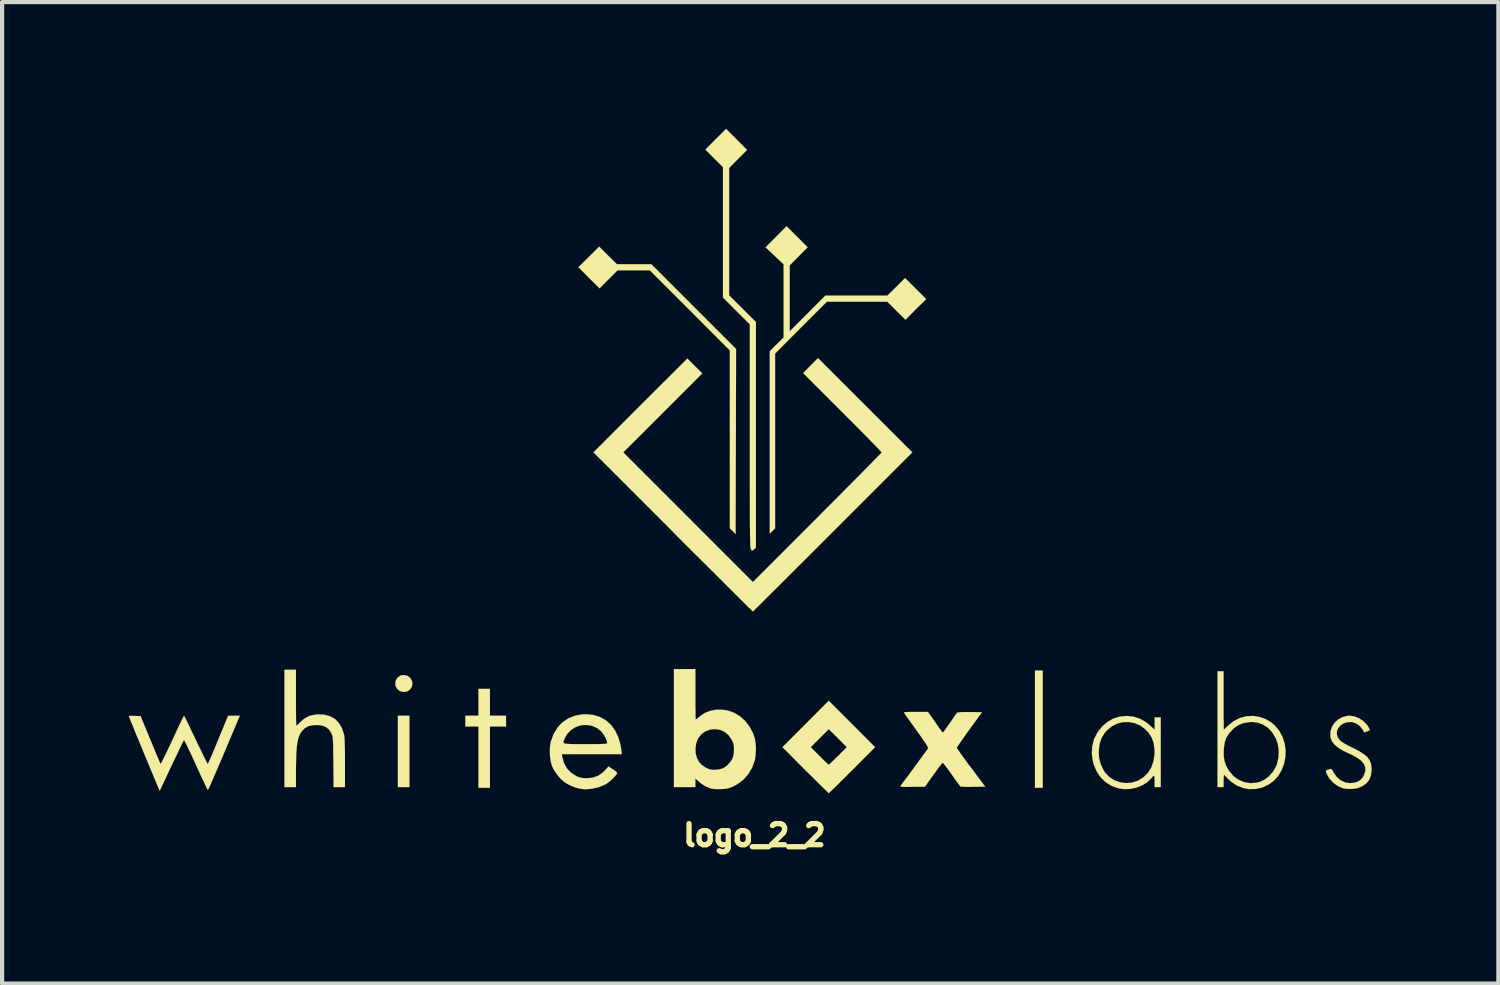
<source format=kicad_pcb>
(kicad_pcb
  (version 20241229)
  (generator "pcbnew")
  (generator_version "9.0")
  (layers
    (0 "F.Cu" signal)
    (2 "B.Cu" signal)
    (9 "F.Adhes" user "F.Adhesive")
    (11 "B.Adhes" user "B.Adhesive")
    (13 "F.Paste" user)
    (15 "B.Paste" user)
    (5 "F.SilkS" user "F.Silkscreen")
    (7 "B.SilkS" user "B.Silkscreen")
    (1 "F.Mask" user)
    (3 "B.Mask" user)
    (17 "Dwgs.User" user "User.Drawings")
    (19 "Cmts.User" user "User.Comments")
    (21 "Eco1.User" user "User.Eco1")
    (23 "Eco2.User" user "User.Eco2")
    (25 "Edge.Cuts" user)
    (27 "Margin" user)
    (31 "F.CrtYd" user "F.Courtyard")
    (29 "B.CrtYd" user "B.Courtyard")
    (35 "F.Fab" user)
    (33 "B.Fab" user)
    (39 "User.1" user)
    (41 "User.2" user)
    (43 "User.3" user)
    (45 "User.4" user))
  (footprint "logo_2_2"
    (layer "F.Cu")
    (at 14.809 7.832)
    (property "Reference" "logo_2_2" (at 0 8.89 0) (layer "F.SilkS") (effects (font (size 0.5 0.5) (thickness 0.125))))
    (attr through_hole)
    (fp_poly (pts (xy -8.166 7.75) (xy -8.303 7.75) (xy -8.44 7.75) (xy -8.44 6.906) (xy -8.44 6.06) (xy -8.303 6.06) (xy -8.166 6.06) (xy -8.166 6.906) (xy -8.166 7.75)) (stroke (width 0.003) (type solid)) (fill yes) (layer "F.SilkS"))
    (fp_poly (pts (xy 6.825 7.767) (xy 6.734 7.767) (xy 6.642 7.767) (xy 6.642 6.38) (xy 6.642 4.991) (xy 6.734 4.991) (xy 6.825 4.991) (xy 6.825 6.38) (xy 6.825 7.767)) (stroke (width 0.003) (type solid)) (fill yes) (layer "F.SilkS"))
    (fp_poly (pts (xy -8.095 5.301) (xy -8.11 5.377) (xy -8.153 5.441) (xy -8.217 5.484) (xy -8.288 5.499) (xy -8.346 5.491) (xy -8.395 5.476) (xy -8.397 5.476) (xy -8.458 5.423) (xy -8.494 5.357) (xy -8.501 5.283) (xy -8.484 5.212) (xy -8.44 5.151) (xy -8.374 5.11) (xy -8.367 5.105) (xy -8.285 5.098) (xy -8.212 5.118) (xy -8.148 5.164) (xy -8.108 5.23) (xy -8.095 5.301)) (stroke (width 0.003) (type solid)) (fill yes) (layer "F.SilkS"))
    (fp_poly (pts (xy -0.434 -2.621) (xy -0.439 -0.429) (xy -0.445 1.763) (xy -0.513 1.692) (xy -0.582 1.623) (xy -0.582 -0.483) (xy -0.582 -2.586) (xy -1.529 -3.536) (xy -2.477 -4.483) (xy -2.857 -4.483) (xy -3.239 -4.483) (xy -3.452 -4.27) (xy -3.665 -4.056) (xy -3.917 -4.305) (xy -4.166 -4.557) (xy -3.919 -4.801) (xy -3.675 -5.044) (xy -3.467 -4.836) (xy -3.256 -4.628) (xy -2.85 -4.628) (xy -2.441 -4.628) (xy -1.438 -3.625) (xy -0.434 -2.621)) (stroke (width 0.003) (type solid)) (fill yes) (layer "F.SilkS"))
    (fp_poly (pts (xy -5.88 6.317) (xy -6.071 6.317) (xy -6.261 6.317) (xy -6.261 7.041) (xy -6.261 7.767) (xy -6.398 7.767) (xy -6.533 7.767) (xy -6.533 7.041) (xy -6.533 6.317) (xy -6.688 6.317) (xy -6.843 6.317) (xy -6.843 6.19) (xy -6.843 6.06) (xy -6.688 6.06) (xy -6.533 6.06) (xy -6.533 5.743) (xy -6.533 5.425) (xy -6.398 5.425) (xy -6.261 5.425) (xy -6.261 5.743) (xy -6.261 6.06) (xy -6.071 6.06) (xy -5.88 6.06) (xy -5.88 6.19) (xy -5.88 6.317)) (stroke (width 0.003) (type solid)) (fill yes) (layer "F.SilkS"))
    (fp_poly (pts (xy 4.067 -3.802) (xy 3.82 -3.559) (xy 3.576 -3.312) (xy 3.36 -3.526) (xy 3.147 -3.739) (xy 2.431 -3.739) (xy 1.714 -3.739) (xy 1.102 -3.127) (xy 0.49 -2.512) (xy 0.49 -0.445) (xy 0.49 1.626) (xy 0.427 1.689) (xy 0.363 1.75) (xy 0.363 -0.409) (xy 0.363 -2.568) (xy 0.526 -2.731) (xy 0.691 -2.893) (xy 0.691 -3.759) (xy 0.691 -4.625) (xy 0.478 -4.826) (xy 0.264 -5.027) (xy 0.513 -5.276) (xy 0.762 -5.527) (xy 1.011 -5.278) (xy 1.26 -5.027) (xy 1.046 -4.813) (xy 0.836 -4.6) (xy 0.836 -3.82) (xy 0.836 -3.04) (xy 1.257 -3.462) (xy 1.679 -3.884) (xy 2.413 -3.884) (xy 3.147 -3.884) (xy 3.358 -4.092) (xy 3.566 -4.3) (xy 3.815 -4.051) (xy 4.067 -3.802)) (stroke (width 0.003) (type solid)) (fill yes) (layer "F.SilkS"))
    (fp_poly (pts (xy 2.857 6.805) (xy 2.314 7.351) (xy 2.197 7.465) (xy 2.187 7.478) (xy 2.187 6.805) (xy 1.974 6.591) (xy 1.76 6.38) (xy 1.547 6.591) (xy 1.333 6.805) (xy 1.542 7.015) (xy 1.613 7.084) (xy 1.674 7.145) (xy 1.722 7.191) (xy 1.753 7.219) (xy 1.76 7.224) (xy 1.775 7.211) (xy 1.811 7.178) (xy 1.864 7.127) (xy 1.93 7.061) (xy 1.979 7.015) (xy 2.187 6.805) (xy 2.187 7.478) (xy 2.09 7.572) (xy 1.994 7.668) (xy 1.91 7.752) (xy 1.841 7.818) (xy 1.793 7.864) (xy 1.765 7.892) (xy 1.76 7.894) (xy 1.745 7.882) (xy 1.709 7.846) (xy 1.651 7.79) (xy 1.577 7.717) (xy 1.486 7.628) (xy 1.384 7.526) (xy 1.273 7.417) (xy 1.206 7.351) (xy 0.663 6.805) (xy 1.212 6.256) (xy 1.76 5.707) (xy 2.309 6.256) (xy 2.857 6.805)) (stroke (width 0.003) (type solid)) (fill yes) (layer "F.SilkS"))
    (fp_poly (pts (xy 0.036 2.08) (xy -0.005 2.121) (xy -0.036 2.146) (xy -0.056 2.149) (xy -0.079 2.126) (xy -0.084 2.121) (xy -0.086 2.108) (xy -0.089 2.093) (xy -0.094 2.068) (xy -0.097 2.032) (xy -0.099 1.986) (xy -0.099 1.925) (xy -0.102 1.852) (xy -0.104 1.76) (xy -0.104 1.648) (xy -0.107 1.519) (xy -0.107 1.367) (xy -0.107 1.191) (xy -0.107 0.991) (xy -0.109 0.762) (xy -0.109 0.505) (xy -0.109 0.218) (xy -0.109 -0.102) (xy -0.109 -0.457) (xy -0.109 -0.556) (xy -0.109 -3.203) (xy -0.427 -3.52) (xy -0.744 -3.838) (xy -0.744 -5.38) (xy -0.744 -6.924) (xy -0.953 -7.132) (xy -1.161 -7.341) (xy -0.917 -7.587) (xy -0.671 -7.831) (xy -0.422 -7.582) (xy -0.173 -7.333) (xy -0.386 -7.12) (xy -0.599 -6.904) (xy -0.599 -5.4) (xy -0.599 -3.891) (xy -0.282 -3.576) (xy 0.036 -3.259) (xy 0.036 -0.589) (xy 0.036 2.08)) (stroke (width 0.003) (type solid)) (fill yes) (layer "F.SilkS"))
    (fp_poly (pts (xy -9.693 7.75) (xy -9.827 7.75) (xy -9.962 7.75) (xy -9.967 7.155) (xy -9.97 6.993) (xy -9.972 6.863) (xy -9.972 6.759) (xy -9.975 6.68) (xy -9.98 6.619) (xy -9.982 6.576) (xy -9.99 6.543) (xy -9.997 6.515) (xy -10.008 6.492) (xy -10.015 6.472) (xy -10.071 6.388) (xy -10.142 6.33) (xy -10.236 6.294) (xy -10.34 6.281) (xy -10.465 6.287) (xy -10.564 6.309) (xy -10.648 6.36) (xy -10.698 6.411) (xy -10.739 6.464) (xy -10.772 6.525) (xy -10.798 6.599) (xy -10.818 6.688) (xy -10.833 6.797) (xy -10.843 6.927) (xy -10.848 7.084) (xy -10.853 7.275) (xy -10.853 7.336) (xy -10.853 7.75) (xy -10.988 7.75) (xy -11.125 7.75) (xy -11.125 6.36) (xy -11.125 4.973) (xy -10.988 4.973) (xy -10.853 4.973) (xy -10.853 5.636) (xy -10.853 5.786) (xy -10.853 5.926) (xy -10.851 6.048) (xy -10.851 6.149) (xy -10.848 6.228) (xy -10.846 6.279) (xy -10.846 6.297) (xy -10.828 6.287) (xy -10.795 6.256) (xy -10.749 6.21) (xy -10.643 6.121) (xy -10.528 6.063) (xy -10.399 6.035) (xy -10.343 6.03) (xy -10.188 6.035) (xy -10.051 6.071) (xy -9.931 6.137) (xy -9.837 6.233) (xy -9.764 6.355) (xy -9.716 6.502) (xy -9.71 6.53) (xy -9.705 6.574) (xy -9.7 6.647) (xy -9.698 6.746) (xy -9.695 6.866) (xy -9.693 7) (xy -9.693 7.14) (xy -9.693 7.188) (xy -9.693 7.75)) (stroke (width 0.003) (type solid)) (fill yes) (layer "F.SilkS"))
    (fp_poly (pts (xy 3.739 -0.173) (xy 1.857 1.709) (xy 1.638 1.928) (xy 1.427 2.139) (xy 1.224 2.342) (xy 1.031 2.532) (xy 0.851 2.713) (xy 0.683 2.88) (xy 0.528 3.035) (xy 0.389 3.172) (xy 0.267 3.294) (xy 0.165 3.396) (xy 0.081 3.48) (xy 0.018 3.541) (xy -0.02 3.579) (xy -0.036 3.594) (xy -0.051 3.581) (xy -0.089 3.543) (xy -0.15 3.485) (xy -0.231 3.404) (xy -0.333 3.302) (xy -0.452 3.183) (xy -0.592 3.045) (xy -0.744 2.893) (xy -0.912 2.725) (xy -1.092 2.545) (xy -1.283 2.355) (xy -1.486 2.154) (xy -1.697 1.943) (xy -1.913 1.727) (xy -1.928 1.709) (xy -3.81 -0.173) (xy -2.7 -1.285) (xy -1.587 -2.395) (xy -1.412 -2.22) (xy -1.234 -2.042) (xy -2.169 -1.107) (xy -3.104 -0.173) (xy -1.57 1.361) (xy -0.036 2.896) (xy 1.488 1.372) (xy 1.684 1.173) (xy 1.872 0.986) (xy 2.052 0.805) (xy 2.22 0.635) (xy 2.377 0.478) (xy 2.52 0.333) (xy 2.649 0.203) (xy 2.761 0.089) (xy 2.852 -0.005) (xy 2.926 -0.081) (xy 2.979 -0.135) (xy 3.007 -0.165) (xy 3.012 -0.173) (xy 3 -0.188) (xy 2.964 -0.226) (xy 2.906 -0.287) (xy 2.83 -0.368) (xy 2.733 -0.465) (xy 2.624 -0.577) (xy 2.497 -0.704) (xy 2.362 -0.841) (xy 2.217 -0.986) (xy 2.083 -1.12) (xy 1.153 -2.05) (xy 1.328 -2.228) (xy 1.506 -2.405) (xy 2.624 -1.288) (xy 3.739 -0.173)) (stroke (width 0.003) (type solid)) (fill yes) (layer "F.SilkS"))
    (fp_poly (pts (xy 9.619 7.75) (xy 9.545 7.75) (xy 9.474 7.75) (xy 9.474 7.612) (xy 9.472 7.549) (xy 9.472 7.531) (xy 9.472 6.975) (xy 9.472 6.858) (xy 9.451 6.706) (xy 9.406 6.579) (xy 9.332 6.464) (xy 9.253 6.38) (xy 9.134 6.292) (xy 9.002 6.236) (xy 8.862 6.21) (xy 8.722 6.213) (xy 8.585 6.248) (xy 8.458 6.314) (xy 8.344 6.408) (xy 8.291 6.469) (xy 8.214 6.596) (xy 8.169 6.739) (xy 8.151 6.891) (xy 8.158 7.048) (xy 8.194 7.201) (xy 8.26 7.341) (xy 8.303 7.409) (xy 8.4 7.511) (xy 8.517 7.587) (xy 8.649 7.635) (xy 8.788 7.656) (xy 8.931 7.645) (xy 9.068 7.605) (xy 9.078 7.6) (xy 9.207 7.521) (xy 9.314 7.417) (xy 9.395 7.29) (xy 9.446 7.142) (xy 9.472 6.975) (xy 9.472 7.531) (xy 9.467 7.501) (xy 9.461 7.478) (xy 9.459 7.478) (xy 9.441 7.49) (xy 9.411 7.523) (xy 9.395 7.541) (xy 9.296 7.638) (xy 9.177 7.711) (xy 9.037 7.765) (xy 8.887 7.795) (xy 8.738 7.798) (xy 8.611 7.777) (xy 8.453 7.722) (xy 8.316 7.635) (xy 8.197 7.521) (xy 8.103 7.381) (xy 8.034 7.221) (xy 8.014 7.145) (xy 7.988 6.965) (xy 7.996 6.787) (xy 8.039 6.619) (xy 8.118 6.462) (xy 8.227 6.32) (xy 8.232 6.314) (xy 8.362 6.205) (xy 8.501 6.126) (xy 8.654 6.081) (xy 8.811 6.066) (xy 8.966 6.081) (xy 9.119 6.129) (xy 9.263 6.208) (xy 9.365 6.292) (xy 9.474 6.393) (xy 9.474 6.246) (xy 9.474 6.099) (xy 9.545 6.099) (xy 9.619 6.099) (xy 9.619 6.924) (xy 9.619 7.75)) (stroke (width 0.003) (type solid)) (fill yes) (layer "F.SilkS"))
    (fp_poly (pts (xy 14.61 7.336) (xy 14.597 7.465) (xy 14.557 7.574) (xy 14.488 7.661) (xy 14.387 7.732) (xy 14.341 7.752) (xy 14.254 7.78) (xy 14.148 7.795) (xy 14.041 7.795) (xy 13.947 7.783) (xy 13.937 7.78) (xy 13.815 7.729) (xy 13.703 7.648) (xy 13.612 7.549) (xy 13.548 7.435) (xy 13.531 7.394) (xy 13.531 7.361) (xy 13.556 7.346) (xy 13.564 7.343) (xy 13.609 7.33) (xy 13.637 7.32) (xy 13.66 7.325) (xy 13.686 7.358) (xy 13.708 7.402) (xy 13.782 7.508) (xy 13.873 7.587) (xy 13.978 7.638) (xy 14.094 7.658) (xy 14.214 7.645) (xy 14.252 7.633) (xy 14.336 7.592) (xy 14.394 7.531) (xy 14.43 7.468) (xy 14.463 7.371) (xy 14.46 7.282) (xy 14.427 7.201) (xy 14.364 7.125) (xy 14.262 7.051) (xy 14.127 6.977) (xy 14.084 6.96) (xy 13.934 6.888) (xy 13.818 6.817) (xy 13.734 6.746) (xy 13.675 6.67) (xy 13.642 6.589) (xy 13.635 6.543) (xy 13.637 6.429) (xy 13.675 6.32) (xy 13.736 6.226) (xy 13.823 6.149) (xy 13.924 6.093) (xy 14.041 6.063) (xy 14.092 6.06) (xy 14.206 6.078) (xy 14.321 6.124) (xy 14.422 6.195) (xy 14.506 6.281) (xy 14.539 6.335) (xy 14.572 6.403) (xy 14.506 6.431) (xy 14.437 6.457) (xy 14.402 6.393) (xy 14.333 6.304) (xy 14.247 6.243) (xy 14.148 6.213) (xy 14.138 6.21) (xy 14.034 6.215) (xy 13.945 6.243) (xy 13.871 6.292) (xy 13.82 6.353) (xy 13.79 6.426) (xy 13.787 6.502) (xy 13.813 6.581) (xy 13.871 6.655) (xy 13.879 6.66) (xy 13.919 6.69) (xy 13.985 6.731) (xy 14.067 6.774) (xy 14.155 6.82) (xy 14.166 6.822) (xy 14.308 6.896) (xy 14.417 6.965) (xy 14.501 7.031) (xy 14.557 7.104) (xy 14.592 7.183) (xy 14.608 7.275) (xy 14.61 7.336)) (stroke (width 0.003) (type solid)) (fill yes) (layer "F.SilkS"))
    (fp_poly (pts (xy 0.036 6.835) (xy 0.03 6.965) (xy 0.015 7.084) (xy 0.008 7.12) (xy -0.053 7.29) (xy -0.145 7.442) (xy -0.259 7.574) (xy -0.399 7.678) (xy -0.48 7.724) (xy -0.483 7.727) (xy -0.483 6.868) (xy -0.485 6.789) (xy -0.495 6.728) (xy -0.518 6.668) (xy -0.536 6.632) (xy -0.61 6.523) (xy -0.704 6.444) (xy -0.815 6.393) (xy -0.94 6.378) (xy -1.044 6.388) (xy -1.161 6.429) (xy -1.257 6.5) (xy -1.331 6.594) (xy -1.377 6.711) (xy -1.394 6.825) (xy -1.392 6.949) (xy -1.364 7.054) (xy -1.313 7.155) (xy -1.311 7.155) (xy -1.252 7.221) (xy -1.171 7.28) (xy -1.079 7.323) (xy -1.046 7.333) (xy -0.965 7.343) (xy -0.871 7.336) (xy -0.78 7.318) (xy -0.726 7.297) (xy -0.65 7.242) (xy -0.577 7.165) (xy -0.523 7.082) (xy -0.513 7.061) (xy -0.498 7.008) (xy -0.488 6.937) (xy -0.483 6.868) (xy -0.483 7.727) (xy -0.554 7.757) (xy -0.612 7.777) (xy -0.671 7.79) (xy -0.744 7.795) (xy -0.795 7.798) (xy -0.912 7.798) (xy -1.003 7.79) (xy -1.044 7.78) (xy -1.163 7.729) (xy -1.265 7.663) (xy -1.318 7.617) (xy -1.397 7.546) (xy -1.397 7.648) (xy -1.397 7.75) (xy -1.651 7.75) (xy -1.905 7.75) (xy -1.905 6.353) (xy -1.905 4.956) (xy -1.651 4.956) (xy -1.397 4.956) (xy -1.397 5.552) (xy -1.397 5.697) (xy -1.397 5.827) (xy -1.394 5.941) (xy -1.394 6.035) (xy -1.392 6.104) (xy -1.389 6.144) (xy -1.387 6.152) (xy -1.369 6.142) (xy -1.331 6.111) (xy -1.285 6.071) (xy -1.179 5.997) (xy -1.049 5.946) (xy -0.907 5.918) (xy -0.757 5.918) (xy -0.638 5.936) (xy -0.485 5.989) (xy -0.343 6.073) (xy -0.218 6.185) (xy -0.114 6.32) (xy -0.033 6.474) (xy 0.01 6.601) (xy 0.028 6.708) (xy 0.036 6.835)) (stroke (width 0.003) (type solid)) (fill yes) (layer "F.SilkS"))
    (fp_poly (pts (xy 12.576 6.883) (xy 12.568 7.046) (xy 12.537 7.203) (xy 12.479 7.353) (xy 12.413 7.463) (xy 12.413 6.881) (xy 12.39 6.731) (xy 12.344 6.599) (xy 12.263 6.462) (xy 12.162 6.35) (xy 12.042 6.271) (xy 11.91 6.223) (xy 11.765 6.208) (xy 11.61 6.228) (xy 11.562 6.241) (xy 11.483 6.271) (xy 11.417 6.307) (xy 11.351 6.358) (xy 11.328 6.378) (xy 11.237 6.477) (xy 11.173 6.579) (xy 11.133 6.695) (xy 11.113 6.833) (xy 11.11 6.881) (xy 11.11 7.018) (xy 11.128 7.135) (xy 11.163 7.239) (xy 11.222 7.346) (xy 11.239 7.371) (xy 11.339 7.488) (xy 11.455 7.574) (xy 11.59 7.633) (xy 11.732 7.658) (xy 11.88 7.648) (xy 11.956 7.63) (xy 12.075 7.577) (xy 12.184 7.493) (xy 12.278 7.384) (xy 12.352 7.257) (xy 12.377 7.183) (xy 12.408 7.038) (xy 12.413 6.881) (xy 12.413 7.463) (xy 12.398 7.488) (xy 12.291 7.605) (xy 12.174 7.689) (xy 12.024 7.76) (xy 11.867 7.795) (xy 11.704 7.798) (xy 11.58 7.775) (xy 11.425 7.717) (xy 11.29 7.625) (xy 11.214 7.556) (xy 11.168 7.508) (xy 11.135 7.475) (xy 11.115 7.46) (xy 11.113 7.475) (xy 11.11 7.521) (xy 11.107 7.584) (xy 11.107 7.605) (xy 11.107 7.75) (xy 11.034 7.75) (xy 10.963 7.75) (xy 10.963 6.38) (xy 10.963 5.009) (xy 11.034 5.009) (xy 11.107 5.009) (xy 11.107 5.7) (xy 11.107 5.852) (xy 11.107 5.994) (xy 11.107 6.121) (xy 11.11 6.228) (xy 11.11 6.309) (xy 11.11 6.365) (xy 11.113 6.388) (xy 11.128 6.378) (xy 11.161 6.345) (xy 11.206 6.302) (xy 11.217 6.292) (xy 11.349 6.187) (xy 11.493 6.114) (xy 11.646 6.073) (xy 11.803 6.066) (xy 11.956 6.088) (xy 12.106 6.142) (xy 12.243 6.226) (xy 12.324 6.297) (xy 12.428 6.424) (xy 12.504 6.568) (xy 12.553 6.723) (xy 12.576 6.883)) (stroke (width 0.003) (type solid)) (fill yes) (layer "F.SilkS"))
    (fp_poly (pts (xy -3.139 6.97) (xy -3.485 6.97) (xy -3.485 6.701) (xy -3.495 6.652) (xy -3.523 6.589) (xy -3.561 6.518) (xy -3.604 6.457) (xy -3.632 6.426) (xy -3.736 6.347) (xy -3.856 6.297) (xy -3.983 6.279) (xy -4.117 6.289) (xy -4.244 6.335) (xy -4.356 6.411) (xy -4.442 6.507) (xy -4.493 6.604) (xy -4.508 6.642) (xy -4.521 6.67) (xy -4.521 6.693) (xy -4.511 6.708) (xy -4.488 6.721) (xy -4.442 6.726) (xy -4.376 6.731) (xy -4.282 6.734) (xy -4.161 6.734) (xy -4.008 6.734) (xy -4.003 6.734) (xy -3.851 6.734) (xy -3.734 6.734) (xy -3.642 6.731) (xy -3.579 6.728) (xy -3.533 6.726) (xy -3.505 6.721) (xy -3.49 6.716) (xy -3.485 6.706) (xy -3.485 6.701) (xy -3.485 6.97) (xy -3.848 6.97) (xy -4.559 6.97) (xy -4.547 7.046) (xy -4.506 7.186) (xy -4.437 7.31) (xy -4.338 7.414) (xy -4.216 7.49) (xy -4.211 7.493) (xy -4.148 7.518) (xy -4.087 7.534) (xy -4.013 7.539) (xy -3.965 7.541) (xy -3.823 7.526) (xy -3.701 7.483) (xy -3.592 7.407) (xy -3.533 7.351) (xy -3.454 7.262) (xy -3.353 7.328) (xy -3.299 7.366) (xy -3.264 7.396) (xy -3.249 7.417) (xy -3.261 7.447) (xy -3.299 7.493) (xy -3.35 7.546) (xy -3.411 7.602) (xy -3.472 7.65) (xy -3.528 7.689) (xy -3.536 7.691) (xy -3.686 7.755) (xy -3.848 7.79) (xy -4.011 7.803) (xy -4.12 7.79) (xy -4.224 7.765) (xy -4.338 7.722) (xy -4.442 7.668) (xy -4.483 7.643) (xy -4.58 7.562) (xy -4.671 7.455) (xy -4.75 7.338) (xy -4.793 7.247) (xy -4.821 7.142) (xy -4.839 7.018) (xy -4.844 6.886) (xy -4.836 6.764) (xy -4.818 6.668) (xy -4.752 6.492) (xy -4.661 6.342) (xy -4.547 6.22) (xy -4.412 6.126) (xy -4.257 6.063) (xy -4.084 6.03) (xy -3.983 6.025) (xy -3.81 6.043) (xy -3.655 6.091) (xy -3.515 6.17) (xy -3.396 6.276) (xy -3.299 6.411) (xy -3.223 6.568) (xy -3.17 6.751) (xy -3.15 6.873) (xy -3.139 6.97)) (stroke (width 0.003) (type solid)) (fill yes) (layer "F.SilkS"))
    (fp_poly (pts (xy -12.182 6.06) (xy -12.299 6.34) (xy -12.334 6.424) (xy -12.383 6.535) (xy -12.438 6.668) (xy -12.499 6.815) (xy -12.565 6.97) (xy -12.631 7.125) (xy -12.672 7.219) (xy -12.73 7.356) (xy -12.786 7.485) (xy -12.835 7.597) (xy -12.875 7.691) (xy -12.908 7.762) (xy -12.929 7.805) (xy -12.939 7.821) (xy -12.949 7.805) (xy -12.972 7.76) (xy -13.005 7.689) (xy -13.048 7.595) (xy -13.101 7.485) (xy -13.16 7.358) (xy -13.221 7.224) (xy -13.284 7.087) (xy -13.34 6.962) (xy -13.393 6.853) (xy -13.437 6.761) (xy -13.472 6.693) (xy -13.495 6.65) (xy -13.505 6.637) (xy -13.515 6.657) (xy -13.541 6.706) (xy -13.576 6.779) (xy -13.622 6.873) (xy -13.675 6.988) (xy -13.736 7.112) (xy -13.8 7.247) (xy -14.079 7.841) (xy -14.445 6.962) (xy -14.514 6.795) (xy -14.58 6.634) (xy -14.641 6.49) (xy -14.691 6.363) (xy -14.737 6.253) (xy -14.773 6.167) (xy -14.796 6.106) (xy -14.808 6.076) (xy -14.808 6.071) (xy -14.793 6.068) (xy -14.747 6.063) (xy -14.686 6.066) (xy -14.671 6.066) (xy -14.531 6.071) (xy -14.3 6.629) (xy -14.244 6.764) (xy -14.194 6.886) (xy -14.148 6.995) (xy -14.11 7.084) (xy -14.082 7.15) (xy -14.064 7.191) (xy -14.059 7.201) (xy -14.051 7.196) (xy -14.039 7.173) (xy -14.016 7.132) (xy -13.985 7.069) (xy -13.942 6.982) (xy -13.889 6.871) (xy -13.823 6.734) (xy -13.744 6.563) (xy -13.665 6.393) (xy -13.619 6.292) (xy -13.576 6.205) (xy -13.541 6.134) (xy -13.515 6.083) (xy -13.503 6.063) (xy -13.492 6.078) (xy -13.47 6.124) (xy -13.434 6.193) (xy -13.388 6.287) (xy -13.338 6.396) (xy -13.277 6.52) (xy -13.223 6.634) (xy -13.16 6.767) (xy -13.099 6.888) (xy -13.048 6.998) (xy -13.002 7.087) (xy -12.969 7.153) (xy -12.949 7.193) (xy -12.941 7.206) (xy -12.931 7.188) (xy -12.911 7.142) (xy -12.878 7.071) (xy -12.837 6.977) (xy -12.791 6.866) (xy -12.738 6.739) (xy -12.695 6.634) (xy -12.459 6.063) (xy -12.319 6.06) (xy -12.182 6.06)) (stroke (width 0.003) (type solid)) (fill yes) (layer "F.SilkS"))
    (fp_poly (pts (xy 5.464 7.742) (xy 5.179 7.744) (xy 5.077 7.747) (xy 4.989 7.744) (xy 4.923 7.742) (xy 4.882 7.737) (xy 4.874 7.734) (xy 4.859 7.714) (xy 4.826 7.668) (xy 4.778 7.605) (xy 4.722 7.526) (xy 4.663 7.442) (xy 4.602 7.356) (xy 4.547 7.282) (xy 4.503 7.224) (xy 4.47 7.186) (xy 4.455 7.176) (xy 4.44 7.191) (xy 4.407 7.231) (xy 4.359 7.292) (xy 4.303 7.371) (xy 4.239 7.457) (xy 4.237 7.46) (xy 4.036 7.742) (xy 3.741 7.744) (xy 3.627 7.747) (xy 3.548 7.747) (xy 3.495 7.744) (xy 3.467 7.739) (xy 3.457 7.732) (xy 3.459 7.727) (xy 3.472 7.706) (xy 3.505 7.661) (xy 3.553 7.595) (xy 3.617 7.511) (xy 3.688 7.414) (xy 3.767 7.308) (xy 3.777 7.292) (xy 3.856 7.186) (xy 3.929 7.084) (xy 3.995 6.995) (xy 4.046 6.924) (xy 4.084 6.873) (xy 4.102 6.848) (xy 4.105 6.845) (xy 4.11 6.833) (xy 4.107 6.815) (xy 4.097 6.789) (xy 4.077 6.751) (xy 4.041 6.698) (xy 3.993 6.627) (xy 3.927 6.533) (xy 3.843 6.416) (xy 3.833 6.401) (xy 3.757 6.294) (xy 3.688 6.198) (xy 3.627 6.114) (xy 3.581 6.048) (xy 3.551 6.002) (xy 3.538 5.982) (xy 3.556 5.977) (xy 3.604 5.974) (xy 3.675 5.972) (xy 3.764 5.972) (xy 3.825 5.972) (xy 4.11 5.972) (xy 4.28 6.215) (xy 4.336 6.297) (xy 4.387 6.368) (xy 4.427 6.421) (xy 4.453 6.454) (xy 4.46 6.459) (xy 4.475 6.447) (xy 4.506 6.406) (xy 4.549 6.347) (xy 4.6 6.274) (xy 4.628 6.233) (xy 4.684 6.152) (xy 4.732 6.081) (xy 4.77 6.025) (xy 4.796 5.994) (xy 4.803 5.987) (xy 4.829 5.982) (xy 4.882 5.977) (xy 4.963 5.974) (xy 5.06 5.974) (xy 5.105 5.974) (xy 5.387 5.979) (xy 5.09 6.388) (xy 5.011 6.495) (xy 4.943 6.594) (xy 4.882 6.68) (xy 4.836 6.749) (xy 4.803 6.795) (xy 4.793 6.817) (xy 4.79 6.82) (xy 4.803 6.838) (xy 4.831 6.883) (xy 4.877 6.949) (xy 4.938 7.033) (xy 5.009 7.132) (xy 5.09 7.242) (xy 5.128 7.29) (xy 5.464 7.742)) (stroke (width 0.003) (type solid)) (fill yes) (layer "F.SilkS")))
  (gr_rect
    (start -3 -3)
    (end 32.421 20.234)
    (stroke (width 0.1) (type default))
    (fill no)
    (layer "Edge.Cuts")))
</source>
